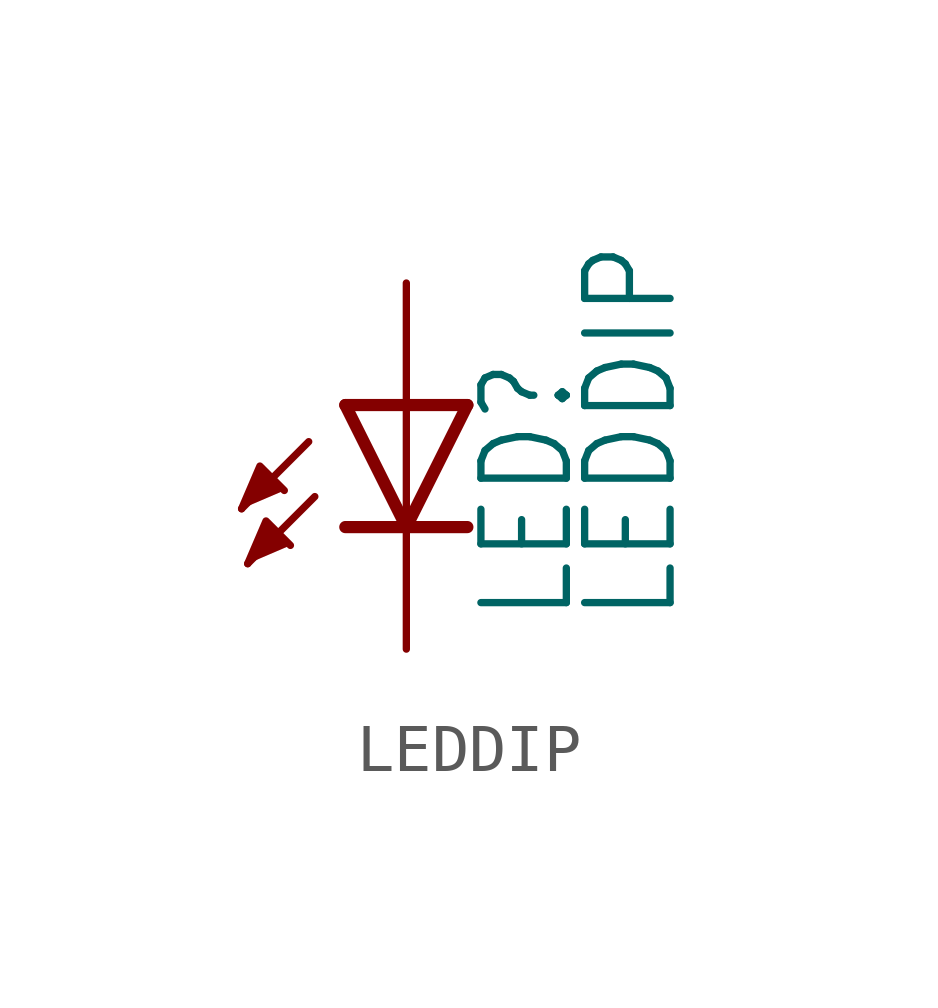
<source format=kicad_sym>
(kicad_symbol_lib
  (version 20211014)
  (generator kicad_symbol_editor)
  (symbol "LEDDIP"
    (property "Reference" "LED"
      (at 3.556 -4.572 90)
      (effects (font (size 1.778 1.511)) (justify left bottom)))
    (property "Value" "LEDDIP"
      (at 5.715 -4.572 90)
      (effects (font (size 1.778 1.511)) (justify left bottom)))
    (property "ki_locked" ""
      (at 0 0 0)
      (effects (font (size 1.27 1.27))))
    (symbol "LEDDIP_1_0"
      (polyline (pts (xy -2.032 -0.762) (xy -3.429 -2.159)) (stroke (width 0.152) (type default) (color 0 0 0 0)) (fill (type none)))
      (polyline (pts (xy -1.905 -1.905) (xy -3.302 -3.302)) (stroke (width 0.152) (type default) (color 0 0 0 0)) (fill (type none)))
      (polyline (pts (xy 0 -2.54) (xy -1.27 -2.54)) (stroke (width 0.254) (type default) (color 0 0 0 0)) (fill (type none)))
      (polyline (pts (xy 0 -2.54) (xy -1.27 0)) (stroke (width 0.254) (type default) (color 0 0 0 0)) (fill (type none)))
      (polyline (pts (xy 0 0) (xy -1.27 0)) (stroke (width 0.254) (type default) (color 0 0 0 0)) (fill (type none)))
      (polyline (pts (xy 0 0) (xy 0 -2.54)) (stroke (width 0.152) (type default) (color 0 0 0 0)) (fill (type none)))
      (polyline (pts (xy 1.27 -2.54) (xy 0 -2.54)) (stroke (width 0.254) (type default) (color 0 0 0 0)) (fill (type none)))
      (polyline (pts (xy 1.27 0) (xy 0 -2.54)) (stroke (width 0.254) (type default) (color 0 0 0 0)) (fill (type none)))
      (polyline (pts (xy 1.27 0) (xy 0 0)) (stroke (width 0.254) (type default) (color 0 0 0 0)) (fill (type none)))
      (polyline (pts (xy -3.429 -2.159) (xy -3.048 -1.27) (xy -2.54 -1.778)) (stroke (width 0) (type default) (color 0 0 0 0)) (fill (type outline)))
      (polyline (pts (xy -3.302 -3.302) (xy -2.921 -2.413) (xy -2.413 -2.921)) (stroke (width 0) (type default) (color 0 0 0 0)) (fill (type outline)))
      (pin passive line (at 0 2.54 270) (length 2.54) (name "A" (effects (font (size 0 0)))) (number "A" (effects (font (size 0 0)))))
      (pin passive line (at 0 -5.08 90) (length 2.54) (name "C" (effects (font (size 0 0)))) (number "K" (effects (font (size 0 0))))))))
</source>
